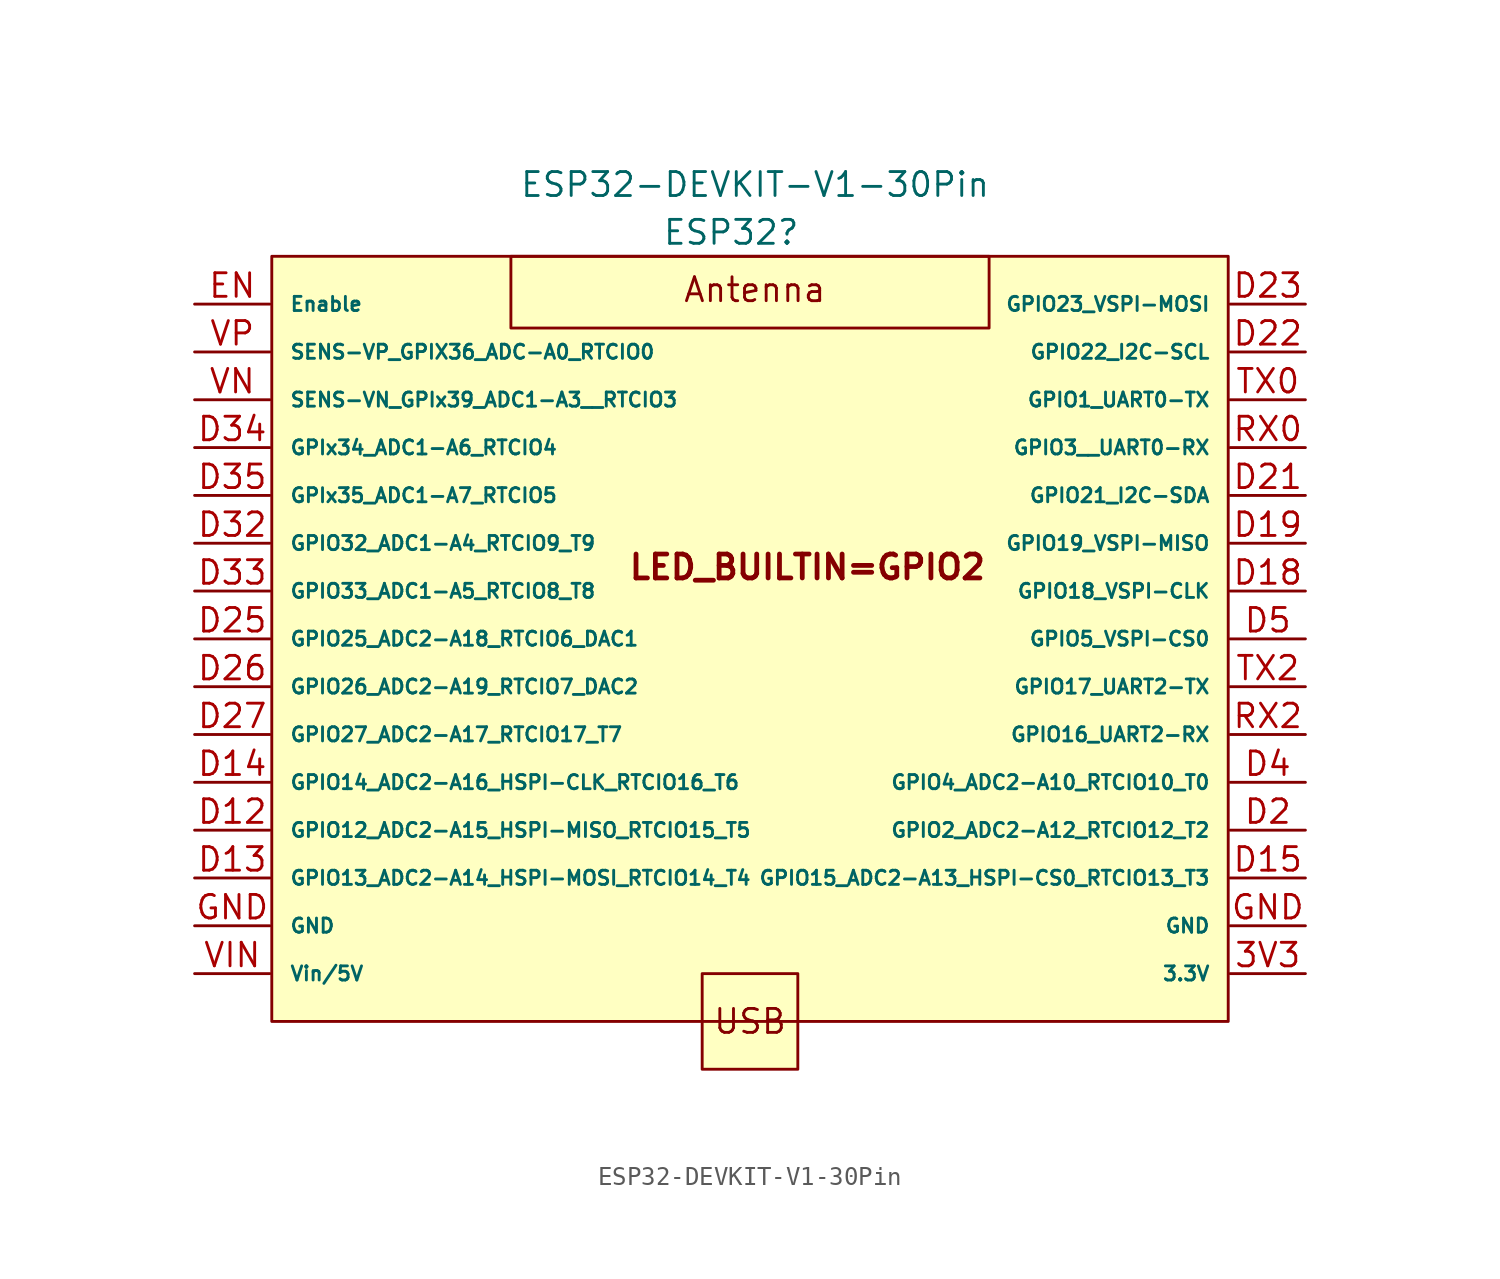
<source format=kicad_sym>
(kicad_symbol_lib
  (version 20231120)
  (generator "kicad_symbol_editor")
  (generator_version "8.0")
  (symbol "ESP32-DEVKIT-V1-30Pin"
    (pin_names
      (offset 1.016))
    (property "Reference" "ESP32"
      (at -1 21.59 0)
      (effects (font (size 1.27 1.27))))
    (property "Value" "ESP32-DEVKIT-V1-30Pin"
      (at 0.27 24.13 0)
      (effects (font (size 1.27 1.27))))
    (symbol "ESP32-DEVKIT-V1-30Pin_0_1"
      (rectangle (start -12.7 20.32) (end 12.7 16.51) (stroke (width 0) (type default)) (fill (type none))))
    (symbol "ESP32-DEVKIT-V1-30Pin_1_1"
      (rectangle (start -25.4 20.32) (end 25.4 -20.32) (stroke (width 0) (type solid)) (fill (type background)))
      (rectangle (start -2.54 -17.78) (end 2.54 -22.86) (stroke (width 0) (type default)) (fill (type background)))
      (text "Antenna" (at 0.254 18.542 0) (effects (font (size 1.27 1.27))))
      (text "LED_BUILTIN=GPIO2" (at 3.048 3.81 0) (effects (font (size 1.27 1.27) (bold yes))))
      (text "USB" (at 0 -20.32 0) (effects (font (size 1.27 1.27))))
      (pin power_out line (at 29.5 -17.78 180) (length 4) (name "3.3V" (effects (font (size 0.75 0.75)))) (number "3V3" (effects (font (size 1.25 1.25)))))
      (pin bidirectional line (at -29.5 -10.16 0) (length 4) (name "GPIO12_ADC2-A15_HSPI-MISO_RTCIO15_T5" (effects (font (size 0.75 0.75)))) (number "D12" (effects (font (size 1.25 1.25)))))
      (pin bidirectional line (at -29.5 -12.7 0) (length 4) (name "GPIO13_ADC2-A14_HSPI-MOSI_RTCIO14_T4" (effects (font (size 0.75 0.75)))) (number "D13" (effects (font (size 1.25 1.25)))))
      (pin bidirectional line (at -29.5 -7.62 0) (length 4) (name "GPIO14_ADC2-A16_HSPI-CLK_RTCIO16_T6" (effects (font (size 0.75 0.75)))) (number "D14" (effects (font (size 1.25 1.25)))))
      (pin bidirectional line (at 29.5 -12.7 180) (length 4) (name "GPIO15_ADC2-A13_HSPI-CS0_RTCIO13_T3" (effects (font (size 0.75 0.75)))) (number "D15" (effects (font (size 1.25 1.25)))))
      (pin bidirectional line (at 29.5 2.54 180) (length 4) (name "GPIO18_VSPI-CLK" (effects (font (size 0.75 0.75)))) (number "D18" (effects (font (size 1.25 1.25)))))
      (pin bidirectional line (at 29.5 5.08 180) (length 4) (name "GPIO19_VSPI-MISO" (effects (font (size 0.75 0.75)))) (number "D19" (effects (font (size 1.25 1.25)))))
      (pin bidirectional line (at 29.5 -10.16 180) (length 4) (name "GPIO2_ADC2-A12_RTCIO12_T2" (effects (font (size 0.75 0.75)))) (number "D2" (effects (font (size 1.25 1.25)))))
      (pin bidirectional line (at 29.5 7.62 180) (length 4) (name "GPIO21_I2C-SDA" (effects (font (size 0.75 0.75)))) (number "D21" (effects (font (size 1.25 1.25)))))
      (pin bidirectional line (at 29.5 15.24 180) (length 4) (name "GPIO22_I2C-SCL" (effects (font (size 0.75 0.75)))) (number "D22" (effects (font (size 1.25 1.25)))))
      (pin bidirectional line (at 29.5 17.78 180) (length 4) (name "GPIO23_VSPI-MOSI" (effects (font (size 0.75 0.75)))) (number "D23" (effects (font (size 1.25 1.25)))))
      (pin bidirectional line (at -29.5 0 0) (length 4) (name "GPIO25_ADC2-A18_RTCIO6_DAC1" (effects (font (size 0.75 0.75)))) (number "D25" (effects (font (size 1.25 1.25)))))
      (pin bidirectional line (at -29.5 -2.54 0) (length 4) (name "GPIO26_ADC2-A19_RTCIO7_DAC2" (effects (font (size 0.75 0.75)))) (number "D26" (effects (font (size 1.25 1.25)))))
      (pin bidirectional line (at -29.5 -5.08 0) (length 4) (name "GPIO27_ADC2-A17_RTCIO17_T7" (effects (font (size 0.75 0.75)))) (number "D27" (effects (font (size 1.25 1.25)))))
      (pin bidirectional line (at -29.5 5.08 0) (length 4) (name "GPIO32_ADC1-A4_RTCIO9_T9" (effects (font (size 0.75 0.75)))) (number "D32" (effects (font (size 1.25 1.25)))))
      (pin bidirectional line (at -29.5 2.54 0) (length 4) (name "GPIO33_ADC1-A5_RTCIO8_T8" (effects (font (size 0.75 0.75)))) (number "D33" (effects (font (size 1.25 1.25)))))
      (pin input line (at -29.5 10.16 0) (length 4) (name "GPIx34_ADC1-A6_RTCIO4" (effects (font (size 0.75 0.75)))) (number "D34" (effects (font (size 1.25 1.25)))))
      (pin input line (at -29.5 7.62 0) (length 4) (name "GPIx35_ADC1-A7_RTCIO5" (effects (font (size 0.75 0.75)))) (number "D35" (effects (font (size 1.25 1.25)))))
      (pin bidirectional line (at 29.5 -7.62 180) (length 4) (name "GPIO4_ADC2-A10_RTCIO10_T0" (effects (font (size 0.75 0.75)))) (number "D4" (effects (font (size 1.25 1.25)))))
      (pin bidirectional line (at 29.5 0 180) (length 4) (name "GPIO5_VSPI-CS0" (effects (font (size 0.75 0.75)))) (number "D5" (effects (font (size 1.25 1.25)))))
      (pin input line (at -29.5 17.78 0) (length 4) (name "Enable" (effects (font (size 0.75 0.75)))) (number "EN" (effects (font (size 1.25 1.25)))))
      (pin power_in line (at -29.5 -15.24 0) (length 4) (name "GND" (effects (font (size 0.75 0.75)))) (number "GND" (effects (font (size 1.25 1.25)))))
      (pin power_out line (at 29.5 -15.24 180) (length 4) (name "GND" (effects (font (size 0.75 0.75)))) (number "GND" (effects (font (size 1.25 1.25)))))
      (pin input line (at 29.5 10.16 180) (length 4) (name "GPIO3__UART0-RX" (effects (font (size 0.75 0.75)))) (number "RX0" (effects (font (size 1.25 1.25)))))
      (pin input line (at 29.5 -5.08 180) (length 4) (name "GPIO16_UART2-RX" (effects (font (size 0.75 0.75)))) (number "RX2" (effects (font (size 1.25 1.25)))))
      (pin output line (at 29.5 12.7 180) (length 4) (name "GPIO1_UART0-TX" (effects (font (size 0.75 0.75)))) (number "TX0" (effects (font (size 1.25 1.25)))))
      (pin output line (at 29.5 -2.54 180) (length 4) (name "GPIO17_UART2-TX" (effects (font (size 0.75 0.75)))) (number "TX2" (effects (font (size 1.25 1.25)))))
      (pin power_in line (at -29.5 -17.78 0) (length 4) (name "Vin/5V" (effects (font (size 0.75 0.75)))) (number "VIN" (effects (font (size 1.25 1.25)))))
      (pin input line (at -29.5 12.7 0) (length 4) (name "SENS-VN_GPIx39_ADC1-A3__RTCIO3" (effects (font (size 0.75 0.75)))) (number "VN" (effects (font (size 1.25 1.25)))))
      (pin input line (at -29.5 15.24 0) (length 4) (name "SENS-VP_GPIX36_ADC-A0_RTCIO0" (effects (font (size 0.75 0.75)))) (number "VP" (effects (font (size 1.25 1.25))))))))
</source>
